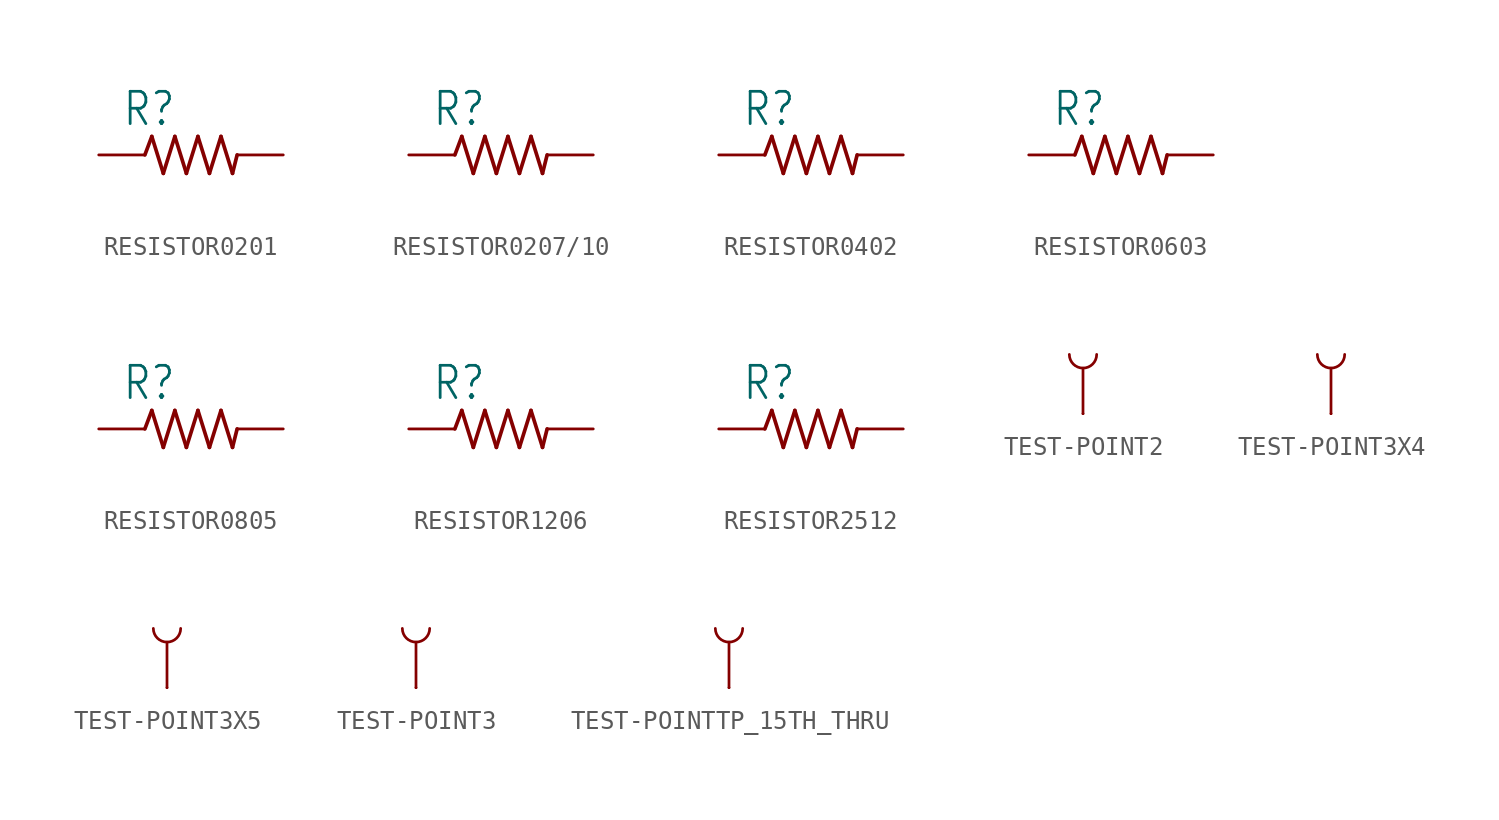
<source format=kicad_sym>
(kicad_symbol_lib
  (version 20241209)
  (generator "kicad_symbol_editor")
  (generator_version "9.0")
  (symbol "RESISTOR0201"
    (property "Reference" "R"
      (at -3.81 1.499 0)
      (effects (font (size 1.778 1.511)) (justify left bottom)))
    (property "Value" ""
      (at -3.81 -3.302 0)
      (effects (font (size 1.778 1.511)) (justify left bottom)))
    (property "ki_locked" ""
      (at 0 0 0)
      (effects (font (size 1.27 1.27))))
    (symbol "RESISTOR0201_1_0"
      (polyline (pts (xy -2.54 0) (xy -2.159 1.016)) (stroke (width 0.203) (type solid)) (fill (type none)))
      (polyline (pts (xy -2.159 1.016) (xy -1.524 -1.016)) (stroke (width 0.203) (type solid)) (fill (type none)))
      (polyline (pts (xy -1.524 -1.016) (xy -0.889 1.016)) (stroke (width 0.203) (type solid)) (fill (type none)))
      (polyline (pts (xy -0.889 1.016) (xy -0.254 -1.016)) (stroke (width 0.203) (type solid)) (fill (type none)))
      (polyline (pts (xy -0.254 -1.016) (xy 0.381 1.016)) (stroke (width 0.203) (type solid)) (fill (type none)))
      (polyline (pts (xy 0.381 1.016) (xy 1.016 -1.016)) (stroke (width 0.203) (type solid)) (fill (type none)))
      (polyline (pts (xy 1.016 -1.016) (xy 1.651 1.016)) (stroke (width 0.203) (type solid)) (fill (type none)))
      (polyline (pts (xy 1.651 1.016) (xy 2.286 -1.016)) (stroke (width 0.203) (type solid)) (fill (type none)))
      (polyline (pts (xy 2.286 -1.016) (xy 2.54 0)) (stroke (width 0.203) (type solid)) (fill (type none)))
      (pin passive line (at -5.08 0 0) (length 2.54) (name "1" (effects (font (size 0 0)))) (number "1" (effects (font (size 0 0)))))
      (pin passive line (at 5.08 0 180) (length 2.54) (name "2" (effects (font (size 0 0)))) (number "2" (effects (font (size 0 0)))))))
  (symbol "RESISTOR0207/10"
    (property "Reference" "R"
      (at -3.81 1.499 0)
      (effects (font (size 1.778 1.511)) (justify left bottom)))
    (property "Value" ""
      (at -3.81 -3.302 0)
      (effects (font (size 1.778 1.511)) (justify left bottom)))
    (property "ki_locked" ""
      (at 0 0 0)
      (effects (font (size 1.27 1.27))))
    (symbol "RESISTOR0207/10_1_0"
      (polyline (pts (xy -2.54 0) (xy -2.159 1.016)) (stroke (width 0.203) (type solid)) (fill (type none)))
      (polyline (pts (xy -2.159 1.016) (xy -1.524 -1.016)) (stroke (width 0.203) (type solid)) (fill (type none)))
      (polyline (pts (xy -1.524 -1.016) (xy -0.889 1.016)) (stroke (width 0.203) (type solid)) (fill (type none)))
      (polyline (pts (xy -0.889 1.016) (xy -0.254 -1.016)) (stroke (width 0.203) (type solid)) (fill (type none)))
      (polyline (pts (xy -0.254 -1.016) (xy 0.381 1.016)) (stroke (width 0.203) (type solid)) (fill (type none)))
      (polyline (pts (xy 0.381 1.016) (xy 1.016 -1.016)) (stroke (width 0.203) (type solid)) (fill (type none)))
      (polyline (pts (xy 1.016 -1.016) (xy 1.651 1.016)) (stroke (width 0.203) (type solid)) (fill (type none)))
      (polyline (pts (xy 1.651 1.016) (xy 2.286 -1.016)) (stroke (width 0.203) (type solid)) (fill (type none)))
      (polyline (pts (xy 2.286 -1.016) (xy 2.54 0)) (stroke (width 0.203) (type solid)) (fill (type none)))
      (pin passive line (at -5.08 0 0) (length 2.54) (name "1" (effects (font (size 0 0)))) (number "1" (effects (font (size 0 0)))))
      (pin passive line (at 5.08 0 180) (length 2.54) (name "2" (effects (font (size 0 0)))) (number "2" (effects (font (size 0 0)))))))
  (symbol "RESISTOR0402"
    (property "Reference" "R"
      (at -3.81 1.499 0)
      (effects (font (size 1.778 1.511)) (justify left bottom)))
    (property "Value" ""
      (at -3.81 -3.302 0)
      (effects (font (size 1.778 1.511)) (justify left bottom)))
    (property "ki_locked" ""
      (at 0 0 0)
      (effects (font (size 1.27 1.27))))
    (symbol "RESISTOR0402_1_0"
      (polyline (pts (xy -2.54 0) (xy -2.159 1.016)) (stroke (width 0.203) (type solid)) (fill (type none)))
      (polyline (pts (xy -2.159 1.016) (xy -1.524 -1.016)) (stroke (width 0.203) (type solid)) (fill (type none)))
      (polyline (pts (xy -1.524 -1.016) (xy -0.889 1.016)) (stroke (width 0.203) (type solid)) (fill (type none)))
      (polyline (pts (xy -0.889 1.016) (xy -0.254 -1.016)) (stroke (width 0.203) (type solid)) (fill (type none)))
      (polyline (pts (xy -0.254 -1.016) (xy 0.381 1.016)) (stroke (width 0.203) (type solid)) (fill (type none)))
      (polyline (pts (xy 0.381 1.016) (xy 1.016 -1.016)) (stroke (width 0.203) (type solid)) (fill (type none)))
      (polyline (pts (xy 1.016 -1.016) (xy 1.651 1.016)) (stroke (width 0.203) (type solid)) (fill (type none)))
      (polyline (pts (xy 1.651 1.016) (xy 2.286 -1.016)) (stroke (width 0.203) (type solid)) (fill (type none)))
      (polyline (pts (xy 2.286 -1.016) (xy 2.54 0)) (stroke (width 0.203) (type solid)) (fill (type none)))
      (pin passive line (at -5.08 0 0) (length 2.54) (name "1" (effects (font (size 0 0)))) (number "1" (effects (font (size 0 0)))))
      (pin passive line (at 5.08 0 180) (length 2.54) (name "2" (effects (font (size 0 0)))) (number "2" (effects (font (size 0 0)))))))
  (symbol "RESISTOR0603"
    (property "Reference" "R"
      (at -3.81 1.499 0)
      (effects (font (size 1.778 1.511)) (justify left bottom)))
    (property "Value" ""
      (at -3.81 -3.302 0)
      (effects (font (size 1.778 1.511)) (justify left bottom)))
    (property "ki_locked" ""
      (at 0 0 0)
      (effects (font (size 1.27 1.27))))
    (symbol "RESISTOR0603_1_0"
      (polyline (pts (xy -2.54 0) (xy -2.159 1.016)) (stroke (width 0.203) (type solid)) (fill (type none)))
      (polyline (pts (xy -2.159 1.016) (xy -1.524 -1.016)) (stroke (width 0.203) (type solid)) (fill (type none)))
      (polyline (pts (xy -1.524 -1.016) (xy -0.889 1.016)) (stroke (width 0.203) (type solid)) (fill (type none)))
      (polyline (pts (xy -0.889 1.016) (xy -0.254 -1.016)) (stroke (width 0.203) (type solid)) (fill (type none)))
      (polyline (pts (xy -0.254 -1.016) (xy 0.381 1.016)) (stroke (width 0.203) (type solid)) (fill (type none)))
      (polyline (pts (xy 0.381 1.016) (xy 1.016 -1.016)) (stroke (width 0.203) (type solid)) (fill (type none)))
      (polyline (pts (xy 1.016 -1.016) (xy 1.651 1.016)) (stroke (width 0.203) (type solid)) (fill (type none)))
      (polyline (pts (xy 1.651 1.016) (xy 2.286 -1.016)) (stroke (width 0.203) (type solid)) (fill (type none)))
      (polyline (pts (xy 2.286 -1.016) (xy 2.54 0)) (stroke (width 0.203) (type solid)) (fill (type none)))
      (pin passive line (at -5.08 0 0) (length 2.54) (name "1" (effects (font (size 0 0)))) (number "1" (effects (font (size 0 0)))))
      (pin passive line (at 5.08 0 180) (length 2.54) (name "2" (effects (font (size 0 0)))) (number "2" (effects (font (size 0 0)))))))
  (symbol "RESISTOR0805"
    (property "Reference" "R"
      (at -3.81 1.499 0)
      (effects (font (size 1.778 1.511)) (justify left bottom)))
    (property "Value" ""
      (at -3.81 -3.302 0)
      (effects (font (size 1.778 1.511)) (justify left bottom)))
    (property "ki_locked" ""
      (at 0 0 0)
      (effects (font (size 1.27 1.27))))
    (symbol "RESISTOR0805_1_0"
      (polyline (pts (xy -2.54 0) (xy -2.159 1.016)) (stroke (width 0.203) (type solid)) (fill (type none)))
      (polyline (pts (xy -2.159 1.016) (xy -1.524 -1.016)) (stroke (width 0.203) (type solid)) (fill (type none)))
      (polyline (pts (xy -1.524 -1.016) (xy -0.889 1.016)) (stroke (width 0.203) (type solid)) (fill (type none)))
      (polyline (pts (xy -0.889 1.016) (xy -0.254 -1.016)) (stroke (width 0.203) (type solid)) (fill (type none)))
      (polyline (pts (xy -0.254 -1.016) (xy 0.381 1.016)) (stroke (width 0.203) (type solid)) (fill (type none)))
      (polyline (pts (xy 0.381 1.016) (xy 1.016 -1.016)) (stroke (width 0.203) (type solid)) (fill (type none)))
      (polyline (pts (xy 1.016 -1.016) (xy 1.651 1.016)) (stroke (width 0.203) (type solid)) (fill (type none)))
      (polyline (pts (xy 1.651 1.016) (xy 2.286 -1.016)) (stroke (width 0.203) (type solid)) (fill (type none)))
      (polyline (pts (xy 2.286 -1.016) (xy 2.54 0)) (stroke (width 0.203) (type solid)) (fill (type none)))
      (pin passive line (at -5.08 0 0) (length 2.54) (name "1" (effects (font (size 0 0)))) (number "1" (effects (font (size 0 0)))))
      (pin passive line (at 5.08 0 180) (length 2.54) (name "2" (effects (font (size 0 0)))) (number "2" (effects (font (size 0 0)))))))
  (symbol "RESISTOR1206"
    (property "Reference" "R"
      (at -3.81 1.499 0)
      (effects (font (size 1.778 1.511)) (justify left bottom)))
    (property "Value" ""
      (at -3.81 -3.302 0)
      (effects (font (size 1.778 1.511)) (justify left bottom)))
    (property "ki_locked" ""
      (at 0 0 0)
      (effects (font (size 1.27 1.27))))
    (symbol "RESISTOR1206_1_0"
      (polyline (pts (xy -2.54 0) (xy -2.159 1.016)) (stroke (width 0.203) (type solid)) (fill (type none)))
      (polyline (pts (xy -2.159 1.016) (xy -1.524 -1.016)) (stroke (width 0.203) (type solid)) (fill (type none)))
      (polyline (pts (xy -1.524 -1.016) (xy -0.889 1.016)) (stroke (width 0.203) (type solid)) (fill (type none)))
      (polyline (pts (xy -0.889 1.016) (xy -0.254 -1.016)) (stroke (width 0.203) (type solid)) (fill (type none)))
      (polyline (pts (xy -0.254 -1.016) (xy 0.381 1.016)) (stroke (width 0.203) (type solid)) (fill (type none)))
      (polyline (pts (xy 0.381 1.016) (xy 1.016 -1.016)) (stroke (width 0.203) (type solid)) (fill (type none)))
      (polyline (pts (xy 1.016 -1.016) (xy 1.651 1.016)) (stroke (width 0.203) (type solid)) (fill (type none)))
      (polyline (pts (xy 1.651 1.016) (xy 2.286 -1.016)) (stroke (width 0.203) (type solid)) (fill (type none)))
      (polyline (pts (xy 2.286 -1.016) (xy 2.54 0)) (stroke (width 0.203) (type solid)) (fill (type none)))
      (pin passive line (at -5.08 0 0) (length 2.54) (name "1" (effects (font (size 0 0)))) (number "1" (effects (font (size 0 0)))))
      (pin passive line (at 5.08 0 180) (length 2.54) (name "2" (effects (font (size 0 0)))) (number "2" (effects (font (size 0 0)))))))
  (symbol "RESISTOR2512"
    (property "Reference" "R"
      (at -3.81 1.499 0)
      (effects (font (size 1.778 1.511)) (justify left bottom)))
    (property "Value" ""
      (at -3.81 -3.302 0)
      (effects (font (size 1.778 1.511)) (justify left bottom)))
    (property "ki_locked" ""
      (at 0 0 0)
      (effects (font (size 1.27 1.27))))
    (symbol "RESISTOR2512_1_0"
      (polyline (pts (xy -2.54 0) (xy -2.159 1.016)) (stroke (width 0.203) (type solid)) (fill (type none)))
      (polyline (pts (xy -2.159 1.016) (xy -1.524 -1.016)) (stroke (width 0.203) (type solid)) (fill (type none)))
      (polyline (pts (xy -1.524 -1.016) (xy -0.889 1.016)) (stroke (width 0.203) (type solid)) (fill (type none)))
      (polyline (pts (xy -0.889 1.016) (xy -0.254 -1.016)) (stroke (width 0.203) (type solid)) (fill (type none)))
      (polyline (pts (xy -0.254 -1.016) (xy 0.381 1.016)) (stroke (width 0.203) (type solid)) (fill (type none)))
      (polyline (pts (xy 0.381 1.016) (xy 1.016 -1.016)) (stroke (width 0.203) (type solid)) (fill (type none)))
      (polyline (pts (xy 1.016 -1.016) (xy 1.651 1.016)) (stroke (width 0.203) (type solid)) (fill (type none)))
      (polyline (pts (xy 1.651 1.016) (xy 2.286 -1.016)) (stroke (width 0.203) (type solid)) (fill (type none)))
      (polyline (pts (xy 2.286 -1.016) (xy 2.54 0)) (stroke (width 0.203) (type solid)) (fill (type none)))
      (pin passive line (at -5.08 0 0) (length 2.54) (name "1" (effects (font (size 0 0)))) (number "1" (effects (font (size 0 0)))))
      (pin passive line (at 5.08 0 180) (length 2.54) (name "2" (effects (font (size 0 0)))) (number "2" (effects (font (size 0 0)))))))
  (symbol "TEST-POINT2"
    (property "Reference" "TP"
      (at -2.54 3.81 0)
      (effects (font (size 1.778 1.511)) (justify left bottom) (hide yes)))
    (property "ki_locked" ""
      (at 0 0 0)
      (effects (font (size 1.27 1.27))))
    (symbol "TEST-POINT2_1_0"
      (arc (start 0.762 3.302) (mid 0 2.54) (end -0.762 3.302) (stroke (width 0.1524) (type solid)) (fill (type none)))
      (polyline (pts (xy 0 2.54) (xy 0 0)) (stroke (width 0.152) (type solid)) (fill (type none)))
      (pin bidirectional line (at 0 0 270) (length 0) (name "1" (effects (font (size 0 0)))) (number "P$1" (effects (font (size 0 0)))))))
  (symbol "TEST-POINT3X4"
    (property "Reference" "TP"
      (at -2.54 3.81 0)
      (effects (font (size 1.778 1.511)) (justify left bottom) (hide yes)))
    (property "ki_locked" ""
      (at 0 0 0)
      (effects (font (size 1.27 1.27))))
    (symbol "TEST-POINT3X4_1_0"
      (arc (start 0.762 3.302) (mid 0 2.54) (end -0.762 3.302) (stroke (width 0.1524) (type solid)) (fill (type none)))
      (polyline (pts (xy 0 2.54) (xy 0 0)) (stroke (width 0.152) (type solid)) (fill (type none)))
      (pin bidirectional line (at 0 0 270) (length 0) (name "1" (effects (font (size 0 0)))) (number "P$1" (effects (font (size 0 0)))))))
  (symbol "TEST-POINT3X5"
    (property "Reference" "TP"
      (at -2.54 3.81 0)
      (effects (font (size 1.778 1.511)) (justify left bottom) (hide yes)))
    (property "ki_locked" ""
      (at 0 0 0)
      (effects (font (size 1.27 1.27))))
    (symbol "TEST-POINT3X5_1_0"
      (arc (start 0.762 3.302) (mid 0 2.54) (end -0.762 3.302) (stroke (width 0.1524) (type solid)) (fill (type none)))
      (polyline (pts (xy 0 2.54) (xy 0 0)) (stroke (width 0.152) (type solid)) (fill (type none)))
      (pin bidirectional line (at 0 0 270) (length 0) (name "1" (effects (font (size 0 0)))) (number "P$1" (effects (font (size 0 0)))))))
  (symbol "TEST-POINT3"
    (property "Reference" "TP"
      (at -2.54 3.81 0)
      (effects (font (size 1.778 1.511)) (justify left bottom) (hide yes)))
    (property "ki_locked" ""
      (at 0 0 0)
      (effects (font (size 1.27 1.27))))
    (symbol "TEST-POINT3_1_0"
      (arc (start 0.762 3.302) (mid 0 2.54) (end -0.762 3.302) (stroke (width 0.1524) (type solid)) (fill (type none)))
      (polyline (pts (xy 0 2.54) (xy 0 0)) (stroke (width 0.152) (type solid)) (fill (type none)))
      (pin bidirectional line (at 0 0 270) (length 0) (name "1" (effects (font (size 0 0)))) (number "P$1" (effects (font (size 0 0)))))))
  (symbol "TEST-POINTTP_15TH_THRU"
    (property "Reference" "TP"
      (at -2.54 3.81 0)
      (effects (font (size 1.778 1.511)) (justify left bottom) (hide yes)))
    (property "ki_locked" ""
      (at 0 0 0)
      (effects (font (size 1.27 1.27))))
    (symbol "TEST-POINTTP_15TH_THRU_1_0"
      (arc (start 0.762 3.302) (mid 0 2.54) (end -0.762 3.302) (stroke (width 0.1524) (type solid)) (fill (type none)))
      (polyline (pts (xy 0 2.54) (xy 0 0)) (stroke (width 0.152) (type solid)) (fill (type none)))
      (pin bidirectional line (at 0 0 270) (length 0) (name "1" (effects (font (size 0 0)))) (number "P$1" (effects (font (size 0 0))))))))
</source>
